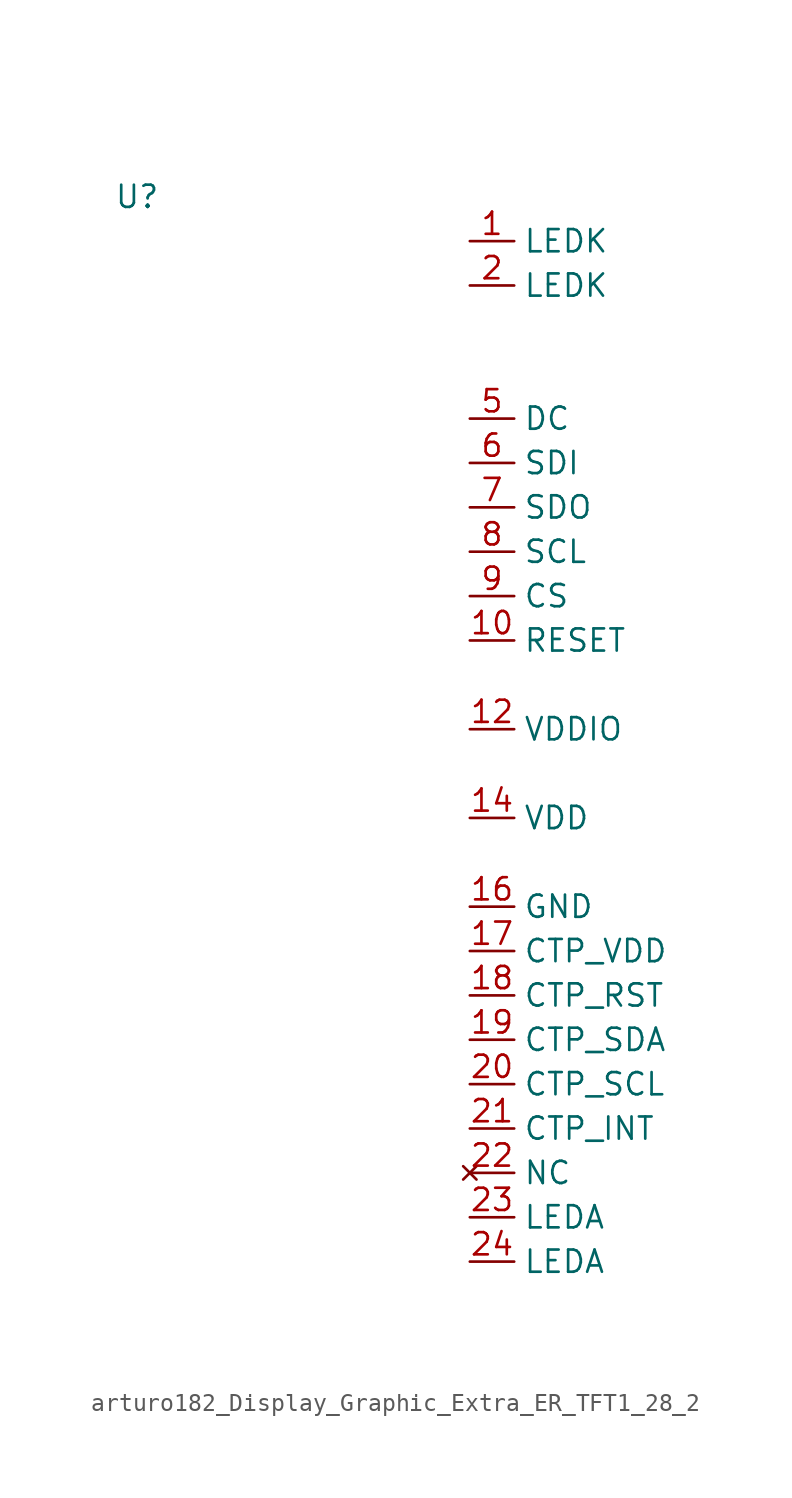
<source format=kicad_sym>
(kicad_symbol_lib
  (version 20220914)
  (generator kicad_symbol_editor)
  (symbol "arturo182_Display_Graphic_Extra_ER_TFT1_28_2"
    (property "Reference" "U"
      (at -19.05 2.54 0)
      (effects (font (size 1.27 1.27))))
    (property "Value" ""
      (at 0 0 0)
      (effects (font (size 1.27 1.27))))
    (symbol "arturo182_Display_Graphic_Extra_ER_TFT1_28_2_0_0"
      (pin unspecified line (at 0 0 0) (length 2.54) (name "LEDK" (effects (font (size 1.27 1.27)))) (number "1" (effects (font (size 1.27 1.27)))))
      (pin unspecified line (at 0 -22.86 0) (length 2.54) (name "RESET" (effects (font (size 1.27 1.27)))) (number "10" (effects (font (size 1.27 1.27)))))
      (pin passive line (at 0 -25.4 0) (length 2.54) hide (name "VDDIO" (effects (font (size 1.27 1.27)))) (number "11" (effects (font (size 1.27 1.27)))))
      (pin power_in line (at 0 -27.94 0) (length 2.54) (name "VDDIO" (effects (font (size 1.27 1.27)))) (number "12" (effects (font (size 1.27 1.27)))))
      (pin passive line (at 0 -30.48 0) (length 2.54) hide (name "VDD" (effects (font (size 1.27 1.27)))) (number "13" (effects (font (size 1.27 1.27)))))
      (pin power_in line (at 0 -33.02 0) (length 2.54) (name "VDD" (effects (font (size 1.27 1.27)))) (number "14" (effects (font (size 1.27 1.27)))))
      (pin passive line (at 0 -35.56 0) (length 2.54) hide (name "GND" (effects (font (size 1.27 1.27)))) (number "15" (effects (font (size 1.27 1.27)))))
      (pin power_in line (at 0 -38.1 0) (length 2.54) (name "GND" (effects (font (size 1.27 1.27)))) (number "16" (effects (font (size 1.27 1.27)))))
      (pin power_in line (at 0 -40.64 0) (length 2.54) (name "CTP_VDD" (effects (font (size 1.27 1.27)))) (number "17" (effects (font (size 1.27 1.27)))))
      (pin unspecified line (at 0 -43.18 0) (length 2.54) (name "CTP_RST" (effects (font (size 1.27 1.27)))) (number "18" (effects (font (size 1.27 1.27)))))
      (pin unspecified line (at 0 -45.72 0) (length 2.54) (name "CTP_SDA" (effects (font (size 1.27 1.27)))) (number "19" (effects (font (size 1.27 1.27)))))
      (pin unspecified line (at 0 -2.54 0) (length 2.54) (name "LEDK" (effects (font (size 1.27 1.27)))) (number "2" (effects (font (size 1.27 1.27)))))
      (pin unspecified line (at 0 -48.26 0) (length 2.54) (name "CTP_SCL" (effects (font (size 1.27 1.27)))) (number "20" (effects (font (size 1.27 1.27)))))
      (pin unspecified line (at 0 -50.8 0) (length 2.54) (name "CTP_INT" (effects (font (size 1.27 1.27)))) (number "21" (effects (font (size 1.27 1.27)))))
      (pin no_connect line (at 0 -53.34 0) (length 2.54) (name "NC" (effects (font (size 1.27 1.27)))) (number "22" (effects (font (size 1.27 1.27)))))
      (pin unspecified line (at 0 -55.88 0) (length 2.54) (name "LEDA" (effects (font (size 1.27 1.27)))) (number "23" (effects (font (size 1.27 1.27)))))
      (pin unspecified line (at 0 -58.42 0) (length 2.54) (name "LEDA" (effects (font (size 1.27 1.27)))) (number "24" (effects (font (size 1.27 1.27)))))
      (pin passive line (at 0 -5.08 0) (length 2.54) hide (name "GND" (effects (font (size 1.27 1.27)))) (number "3" (effects (font (size 1.27 1.27)))))
      (pin passive line (at 0 -7.62 0) (length 2.54) hide (name "GND" (effects (font (size 1.27 1.27)))) (number "4" (effects (font (size 1.27 1.27)))))
      (pin unspecified line (at 0 -10.16 0) (length 2.54) (name "DC" (effects (font (size 1.27 1.27)))) (number "5" (effects (font (size 1.27 1.27)))))
      (pin unspecified line (at 0 -12.7 0) (length 2.54) (name "SDI" (effects (font (size 1.27 1.27)))) (number "6" (effects (font (size 1.27 1.27)))))
      (pin unspecified line (at 0 -15.24 0) (length 2.54) (name "SDO" (effects (font (size 1.27 1.27)))) (number "7" (effects (font (size 1.27 1.27)))))
      (pin unspecified line (at 0 -17.78 0) (length 2.54) (name "SCL" (effects (font (size 1.27 1.27)))) (number "8" (effects (font (size 1.27 1.27)))))
      (pin unspecified line (at 0 -20.32 0) (length 2.54) (name "CS" (effects (font (size 1.27 1.27)))) (number "9" (effects (font (size 1.27 1.27))))))))
</source>
